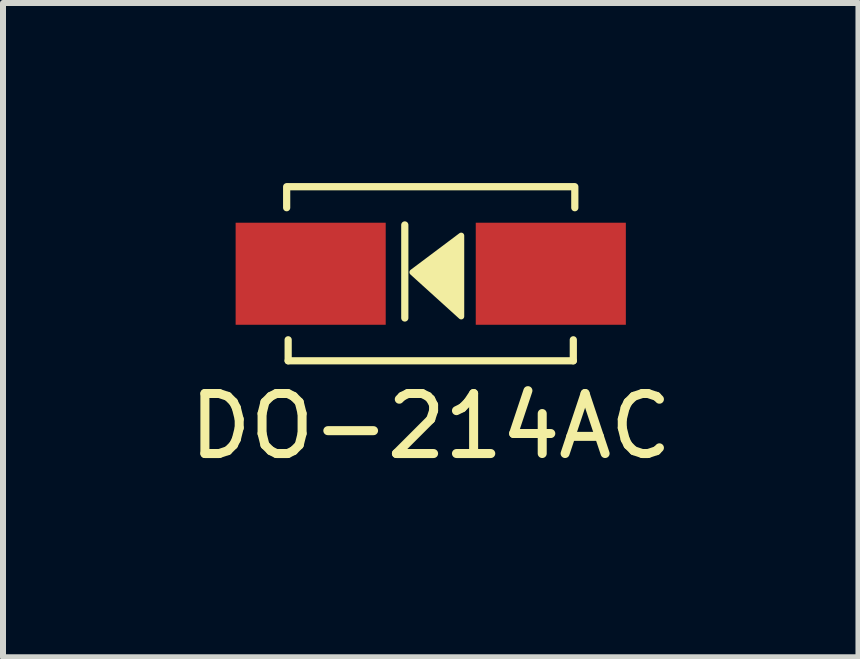
<source format=kicad_pcb>
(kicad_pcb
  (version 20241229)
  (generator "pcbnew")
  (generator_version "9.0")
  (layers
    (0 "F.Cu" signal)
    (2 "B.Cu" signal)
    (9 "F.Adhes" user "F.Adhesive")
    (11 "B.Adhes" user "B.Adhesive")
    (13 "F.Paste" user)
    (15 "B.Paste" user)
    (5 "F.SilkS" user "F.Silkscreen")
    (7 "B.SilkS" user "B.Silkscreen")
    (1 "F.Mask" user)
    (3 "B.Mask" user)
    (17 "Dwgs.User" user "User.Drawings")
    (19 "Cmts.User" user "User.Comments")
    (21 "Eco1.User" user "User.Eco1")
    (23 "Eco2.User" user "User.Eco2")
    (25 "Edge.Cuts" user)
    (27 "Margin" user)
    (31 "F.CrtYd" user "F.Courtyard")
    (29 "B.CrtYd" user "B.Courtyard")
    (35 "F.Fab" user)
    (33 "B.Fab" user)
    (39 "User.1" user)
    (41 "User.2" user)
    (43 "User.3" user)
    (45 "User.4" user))
  (footprint "DO-214AC"
    (layer "F.Cu")
    (at 4.125 1.51)
    (property "Reference" "DO-214AC" (at 0 2.54 0) (layer "F.SilkS") (effects (font (size 1 1) (thickness 0.15))))
    (attr smd)
    (fp_line (start -2.4 -1.1) (end -2.4 -1.45) (stroke (width 0.12) (type solid)) (layer "F.SilkS"))
    (fp_line (start -2.375 -1.45) (end 2.375 -1.45) (stroke (width 0.12) (type solid)) (layer "F.SilkS"))
    (fp_line (start -2.375 1.45) (end -2.375 1.1) (stroke (width 0.12) (type solid)) (layer "F.SilkS"))
    (fp_line (start -2.375 1.45) (end 2.375 1.45) (stroke (width 0.12) (type solid)) (layer "F.SilkS"))
    (fp_line (start -0.432 -0.813) (end -0.432 0.737) (stroke (width 0.12) (type solid)) (layer "F.SilkS"))
    (fp_line (start 2.375 1.45) (end 2.375 1.1) (stroke (width 0.12) (type solid)) (layer "F.SilkS"))
    (fp_line (start 2.4 -1.1) (end 2.4 -1.45) (stroke (width 0.12) (type solid)) (layer "F.SilkS"))
    (fp_poly (pts (xy 0.508 0.711) (xy -0.305 -0.025) (xy 0.508 -0.635)) (stroke (width 0.1) (type solid)) (fill yes) (layer "F.SilkS"))
    (pad "1" smd rect (at -2 0) (size 2.5 1.7) (layers "F.Cu" "F.Mask" "F.Paste"))
    (pad "2" smd rect (at 2 0) (size 2.5 1.7) (layers "F.Cu" "F.Mask" "F.Paste")))
  (gr_rect
    (start -3 -3)
    (end 11.25 7.898)
    (stroke (width 0.1) (type default))
    (fill no)
    (layer "Edge.Cuts")))
</source>
